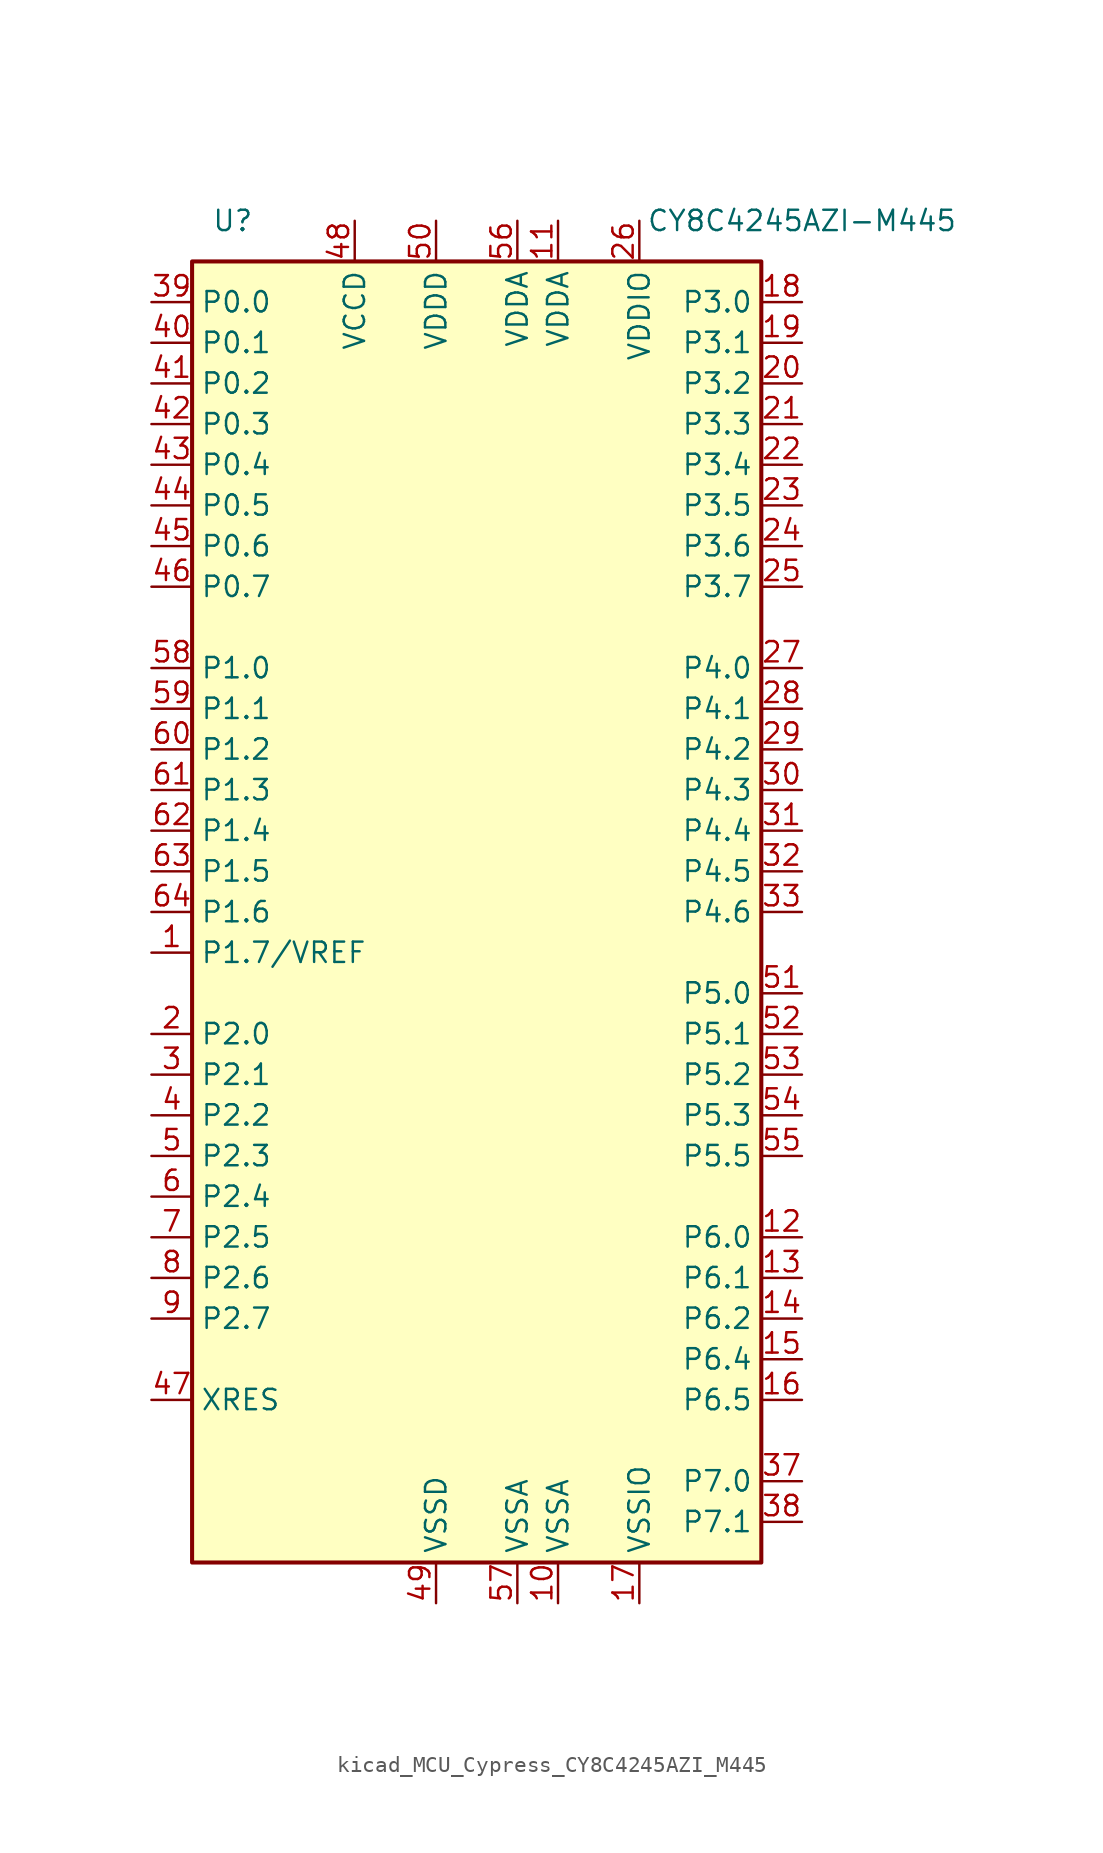
<source format=kicad_sym>
(kicad_symbol_lib
  (version 20220914)
  (generator kicad_symbol_editor)
  (symbol "kicad_MCU_Cypress_CY8C4245AZI_M445"
    (property "Reference" "U"
      (at -15.24 43.18 0)
      (effects (font (size 1.27 1.27))))
    (property "Value" "CY8C4245AZI-M445"
      (at 20.32 43.18 0)
      (effects (font (size 1.27 1.27))))
    (symbol "kicad_MCU_Cypress_CY8C4245AZI_M445_0_1"
      (rectangle (start -17.78 40.64) (end 17.78 -40.64) (stroke (width 0.254) (type default)) (fill (type background))))
    (symbol "kicad_MCU_Cypress_CY8C4245AZI_M445_1_1"
      (pin bidirectional line (at -20.32 -2.54 0) (length 2.54) (name "P1.7/VREF" (effects (font (size 1.27 1.27)))) (number "1" (effects (font (size 1.27 1.27)))))
      (pin power_in line (at 5.08 -43.18 90) (length 2.54) (name "VSSA" (effects (font (size 1.27 1.27)))) (number "10" (effects (font (size 1.27 1.27)))))
      (pin power_in line (at 5.08 43.18 270) (length 2.54) (name "VDDA" (effects (font (size 1.27 1.27)))) (number "11" (effects (font (size 1.27 1.27)))))
      (pin bidirectional line (at 20.32 -20.32 180) (length 2.54) (name "P6.0" (effects (font (size 1.27 1.27)))) (number "12" (effects (font (size 1.27 1.27)))))
      (pin bidirectional line (at 20.32 -22.86 180) (length 2.54) (name "P6.1" (effects (font (size 1.27 1.27)))) (number "13" (effects (font (size 1.27 1.27)))))
      (pin bidirectional line (at 20.32 -25.4 180) (length 2.54) (name "P6.2" (effects (font (size 1.27 1.27)))) (number "14" (effects (font (size 1.27 1.27)))))
      (pin bidirectional line (at 20.32 -27.94 180) (length 2.54) (name "P6.4" (effects (font (size 1.27 1.27)))) (number "15" (effects (font (size 1.27 1.27)))))
      (pin bidirectional line (at 20.32 -30.48 180) (length 2.54) (name "P6.5" (effects (font (size 1.27 1.27)))) (number "16" (effects (font (size 1.27 1.27)))))
      (pin power_in line (at 10.16 -43.18 90) (length 2.54) (name "VSSIO" (effects (font (size 1.27 1.27)))) (number "17" (effects (font (size 1.27 1.27)))))
      (pin bidirectional line (at 20.32 38.1 180) (length 2.54) (name "P3.0" (effects (font (size 1.27 1.27)))) (number "18" (effects (font (size 1.27 1.27)))))
      (pin bidirectional line (at 20.32 35.56 180) (length 2.54) (name "P3.1" (effects (font (size 1.27 1.27)))) (number "19" (effects (font (size 1.27 1.27)))))
      (pin bidirectional line (at -20.32 -7.62 0) (length 2.54) (name "P2.0" (effects (font (size 1.27 1.27)))) (number "2" (effects (font (size 1.27 1.27)))))
      (pin bidirectional line (at 20.32 33.02 180) (length 2.54) (name "P3.2" (effects (font (size 1.27 1.27)))) (number "20" (effects (font (size 1.27 1.27)))))
      (pin bidirectional line (at 20.32 30.48 180) (length 2.54) (name "P3.3" (effects (font (size 1.27 1.27)))) (number "21" (effects (font (size 1.27 1.27)))))
      (pin bidirectional line (at 20.32 27.94 180) (length 2.54) (name "P3.4" (effects (font (size 1.27 1.27)))) (number "22" (effects (font (size 1.27 1.27)))))
      (pin bidirectional line (at 20.32 25.4 180) (length 2.54) (name "P3.5" (effects (font (size 1.27 1.27)))) (number "23" (effects (font (size 1.27 1.27)))))
      (pin bidirectional line (at 20.32 22.86 180) (length 2.54) (name "P3.6" (effects (font (size 1.27 1.27)))) (number "24" (effects (font (size 1.27 1.27)))))
      (pin bidirectional line (at 20.32 20.32 180) (length 2.54) (name "P3.7" (effects (font (size 1.27 1.27)))) (number "25" (effects (font (size 1.27 1.27)))))
      (pin power_in line (at 10.16 43.18 270) (length 2.54) (name "VDDIO" (effects (font (size 1.27 1.27)))) (number "26" (effects (font (size 1.27 1.27)))))
      (pin bidirectional line (at 20.32 15.24 180) (length 2.54) (name "P4.0" (effects (font (size 1.27 1.27)))) (number "27" (effects (font (size 1.27 1.27)))))
      (pin bidirectional line (at 20.32 12.7 180) (length 2.54) (name "P4.1" (effects (font (size 1.27 1.27)))) (number "28" (effects (font (size 1.27 1.27)))))
      (pin bidirectional line (at 20.32 10.16 180) (length 2.54) (name "P4.2" (effects (font (size 1.27 1.27)))) (number "29" (effects (font (size 1.27 1.27)))))
      (pin bidirectional line (at -20.32 -10.16 0) (length 2.54) (name "P2.1" (effects (font (size 1.27 1.27)))) (number "3" (effects (font (size 1.27 1.27)))))
      (pin bidirectional line (at 20.32 7.62 180) (length 2.54) (name "P4.3" (effects (font (size 1.27 1.27)))) (number "30" (effects (font (size 1.27 1.27)))))
      (pin bidirectional line (at 20.32 5.08 180) (length 2.54) (name "P4.4" (effects (font (size 1.27 1.27)))) (number "31" (effects (font (size 1.27 1.27)))))
      (pin bidirectional line (at 20.32 2.54 180) (length 2.54) (name "P4.5" (effects (font (size 1.27 1.27)))) (number "32" (effects (font (size 1.27 1.27)))))
      (pin bidirectional line (at 20.32 0 180) (length 2.54) (name "P4.6" (effects (font (size 1.27 1.27)))) (number "33" (effects (font (size 1.27 1.27)))))
      (pin bidirectional line (at 20.32 -35.56 180) (length 2.54) (name "P7.0" (effects (font (size 1.27 1.27)))) (number "37" (effects (font (size 1.27 1.27)))))
      (pin bidirectional line (at 20.32 -38.1 180) (length 2.54) (name "P7.1" (effects (font (size 1.27 1.27)))) (number "38" (effects (font (size 1.27 1.27)))))
      (pin bidirectional line (at -20.32 38.1 0) (length 2.54) (name "P0.0" (effects (font (size 1.27 1.27)))) (number "39" (effects (font (size 1.27 1.27)))))
      (pin bidirectional line (at -20.32 -12.7 0) (length 2.54) (name "P2.2" (effects (font (size 1.27 1.27)))) (number "4" (effects (font (size 1.27 1.27)))))
      (pin bidirectional line (at -20.32 35.56 0) (length 2.54) (name "P0.1" (effects (font (size 1.27 1.27)))) (number "40" (effects (font (size 1.27 1.27)))))
      (pin bidirectional line (at -20.32 33.02 0) (length 2.54) (name "P0.2" (effects (font (size 1.27 1.27)))) (number "41" (effects (font (size 1.27 1.27)))))
      (pin bidirectional line (at -20.32 30.48 0) (length 2.54) (name "P0.3" (effects (font (size 1.27 1.27)))) (number "42" (effects (font (size 1.27 1.27)))))
      (pin bidirectional line (at -20.32 27.94 0) (length 2.54) (name "P0.4" (effects (font (size 1.27 1.27)))) (number "43" (effects (font (size 1.27 1.27)))))
      (pin bidirectional line (at -20.32 25.4 0) (length 2.54) (name "P0.5" (effects (font (size 1.27 1.27)))) (number "44" (effects (font (size 1.27 1.27)))))
      (pin bidirectional line (at -20.32 22.86 0) (length 2.54) (name "P0.6" (effects (font (size 1.27 1.27)))) (number "45" (effects (font (size 1.27 1.27)))))
      (pin bidirectional line (at -20.32 20.32 0) (length 2.54) (name "P0.7" (effects (font (size 1.27 1.27)))) (number "46" (effects (font (size 1.27 1.27)))))
      (pin input line (at -20.32 -30.48 0) (length 2.54) (name "XRES" (effects (font (size 1.27 1.27)))) (number "47" (effects (font (size 1.27 1.27)))))
      (pin power_out line (at -7.62 43.18 270) (length 2.54) (name "VCCD" (effects (font (size 1.27 1.27)))) (number "48" (effects (font (size 1.27 1.27)))))
      (pin power_in line (at -2.54 -43.18 90) (length 2.54) (name "VSSD" (effects (font (size 1.27 1.27)))) (number "49" (effects (font (size 1.27 1.27)))))
      (pin bidirectional line (at -20.32 -15.24 0) (length 2.54) (name "P2.3" (effects (font (size 1.27 1.27)))) (number "5" (effects (font (size 1.27 1.27)))))
      (pin power_in line (at -2.54 43.18 270) (length 2.54) (name "VDDD" (effects (font (size 1.27 1.27)))) (number "50" (effects (font (size 1.27 1.27)))))
      (pin bidirectional line (at 20.32 -5.08 180) (length 2.54) (name "P5.0" (effects (font (size 1.27 1.27)))) (number "51" (effects (font (size 1.27 1.27)))))
      (pin bidirectional line (at 20.32 -7.62 180) (length 2.54) (name "P5.1" (effects (font (size 1.27 1.27)))) (number "52" (effects (font (size 1.27 1.27)))))
      (pin bidirectional line (at 20.32 -10.16 180) (length 2.54) (name "P5.2" (effects (font (size 1.27 1.27)))) (number "53" (effects (font (size 1.27 1.27)))))
      (pin bidirectional line (at 20.32 -12.7 180) (length 2.54) (name "P5.3" (effects (font (size 1.27 1.27)))) (number "54" (effects (font (size 1.27 1.27)))))
      (pin bidirectional line (at 20.32 -15.24 180) (length 2.54) (name "P5.5" (effects (font (size 1.27 1.27)))) (number "55" (effects (font (size 1.27 1.27)))))
      (pin power_in line (at 2.54 43.18 270) (length 2.54) (name "VDDA" (effects (font (size 1.27 1.27)))) (number "56" (effects (font (size 1.27 1.27)))))
      (pin power_in line (at 2.54 -43.18 90) (length 2.54) (name "VSSA" (effects (font (size 1.27 1.27)))) (number "57" (effects (font (size 1.27 1.27)))))
      (pin bidirectional line (at -20.32 15.24 0) (length 2.54) (name "P1.0" (effects (font (size 1.27 1.27)))) (number "58" (effects (font (size 1.27 1.27)))))
      (pin bidirectional line (at -20.32 12.7 0) (length 2.54) (name "P1.1" (effects (font (size 1.27 1.27)))) (number "59" (effects (font (size 1.27 1.27)))))
      (pin bidirectional line (at -20.32 -17.78 0) (length 2.54) (name "P2.4" (effects (font (size 1.27 1.27)))) (number "6" (effects (font (size 1.27 1.27)))))
      (pin bidirectional line (at -20.32 10.16 0) (length 2.54) (name "P1.2" (effects (font (size 1.27 1.27)))) (number "60" (effects (font (size 1.27 1.27)))))
      (pin bidirectional line (at -20.32 7.62 0) (length 2.54) (name "P1.3" (effects (font (size 1.27 1.27)))) (number "61" (effects (font (size 1.27 1.27)))))
      (pin bidirectional line (at -20.32 5.08 0) (length 2.54) (name "P1.4" (effects (font (size 1.27 1.27)))) (number "62" (effects (font (size 1.27 1.27)))))
      (pin bidirectional line (at -20.32 2.54 0) (length 2.54) (name "P1.5" (effects (font (size 1.27 1.27)))) (number "63" (effects (font (size 1.27 1.27)))))
      (pin bidirectional line (at -20.32 0 0) (length 2.54) (name "P1.6" (effects (font (size 1.27 1.27)))) (number "64" (effects (font (size 1.27 1.27)))))
      (pin bidirectional line (at -20.32 -20.32 0) (length 2.54) (name "P2.5" (effects (font (size 1.27 1.27)))) (number "7" (effects (font (size 1.27 1.27)))))
      (pin bidirectional line (at -20.32 -22.86 0) (length 2.54) (name "P2.6" (effects (font (size 1.27 1.27)))) (number "8" (effects (font (size 1.27 1.27)))))
      (pin bidirectional line (at -20.32 -25.4 0) (length 2.54) (name "P2.7" (effects (font (size 1.27 1.27)))) (number "9" (effects (font (size 1.27 1.27))))))))
</source>
